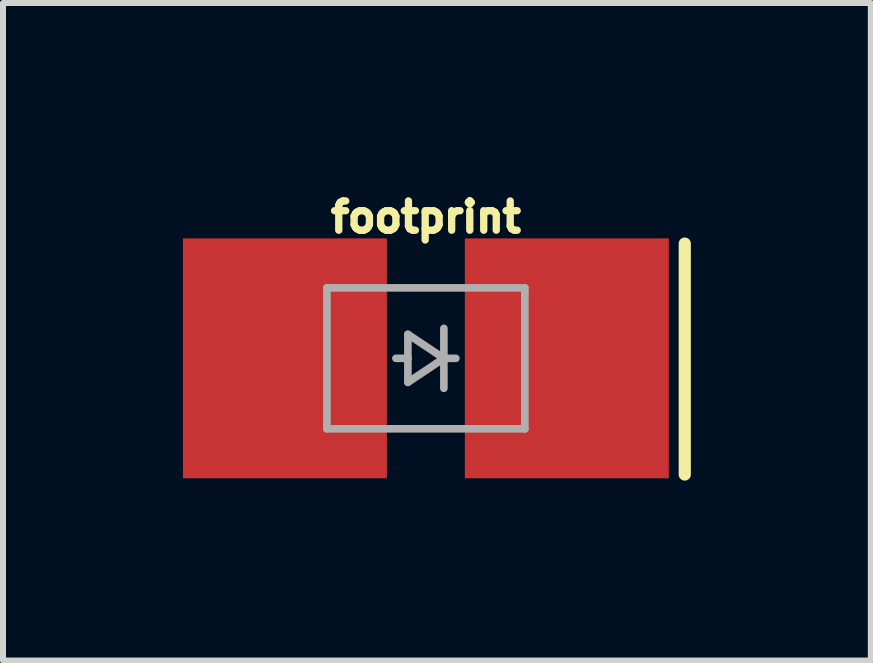
<source format=kicad_pcb>
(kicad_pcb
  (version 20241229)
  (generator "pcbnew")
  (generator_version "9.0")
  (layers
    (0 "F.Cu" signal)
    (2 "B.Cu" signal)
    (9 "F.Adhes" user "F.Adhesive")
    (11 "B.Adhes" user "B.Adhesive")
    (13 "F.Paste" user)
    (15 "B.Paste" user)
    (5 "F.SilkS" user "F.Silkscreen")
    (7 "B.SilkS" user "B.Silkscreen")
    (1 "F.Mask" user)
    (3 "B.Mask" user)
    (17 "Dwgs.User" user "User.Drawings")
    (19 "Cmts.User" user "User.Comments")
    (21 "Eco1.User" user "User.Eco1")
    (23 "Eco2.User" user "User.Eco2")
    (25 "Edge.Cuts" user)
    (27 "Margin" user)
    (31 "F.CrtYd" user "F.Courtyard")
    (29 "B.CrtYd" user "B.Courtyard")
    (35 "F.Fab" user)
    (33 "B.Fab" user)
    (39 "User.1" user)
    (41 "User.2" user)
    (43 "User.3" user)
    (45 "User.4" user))
  (footprint "footprint"
    (layer "F.Cu")
    (at 4.05 2.924)
    (property "Reference" "footprint" (at 0 -2.07 0) (layer "F.SilkS") (effects (font (size 0.488 0.488) (thickness 0.122)) (justify bottom)))
    (fp_poly (pts (xy -0.65 1.2) (xy -0.65 -1.2) (xy -2 -1.2) (xy -2 1.2)) (stroke (width 0) (type solid)) (fill yes) (layer "F.Mask"))
    (fp_poly (pts (xy 0.65 -1.2) (xy 0.65 1.2) (xy 2 1.2) (xy 2 -1.2)) (stroke (width 0) (type solid)) (fill yes) (layer "F.Mask"))
    (fp_line (start 4.316 -1.913) (end 4.316 1.937) (stroke (width 0.203) (type solid)) (layer "F.SilkS"))
    (fp_poly (pts (xy -0.65 1.2) (xy -0.65 -1.2) (xy -2 -1.2) (xy -2 1.2)) (stroke (width 0) (type solid)) (fill yes) (layer "F.Paste"))
    (fp_poly (pts (xy 0.65 -1.2) (xy 0.65 1.2) (xy 2 1.2) (xy 2 -1.2)) (stroke (width 0) (type solid)) (fill yes) (layer "F.Paste"))
    (fp_line (start -1.65 -1.175) (end -1.65 1.175) (stroke (width 0.127) (type solid)) (layer "F.Fab"))
    (fp_line (start -1.65 1.175) (end 1.65 1.175) (stroke (width 0.127) (type solid)) (layer "F.Fab"))
    (fp_line (start -0.3 -0.4) (end -0.3 0) (stroke (width 0.127) (type solid)) (layer "F.Fab"))
    (fp_line (start -0.3 0) (end -0.5 0) (stroke (width 0.127) (type solid)) (layer "F.Fab"))
    (fp_line (start -0.3 0) (end -0.3 0.4) (stroke (width 0.127) (type solid)) (layer "F.Fab"))
    (fp_line (start -0.3 0.4) (end 0.3 0) (stroke (width 0.127) (type solid)) (layer "F.Fab"))
    (fp_line (start 0.3 -0.5) (end 0.3 0) (stroke (width 0.127) (type solid)) (layer "F.Fab"))
    (fp_line (start 0.3 0) (end -0.3 -0.4) (stroke (width 0.127) (type solid)) (layer "F.Fab"))
    (fp_line (start 0.3 0) (end 0.3 0.5) (stroke (width 0.127) (type solid)) (layer "F.Fab"))
    (fp_line (start 0.5 0) (end 0.3 0) (stroke (width 0.127) (type solid)) (layer "F.Fab"))
    (fp_line (start 1.65 -1.175) (end -1.65 -1.175) (stroke (width 0.127) (type solid)) (layer "F.Fab"))
    (fp_line (start 1.65 1.175) (end 1.65 -1.175) (stroke (width 0.127) (type solid)) (layer "F.Fab"))
    (pad "A" smd rect (at -2.35 0 90) (size 4 3.4) (layers "F.Cu"))
    (pad "C" smd rect (at 2.35 0 270) (size 4 3.4) (layers "F.Cu")))
  (gr_rect
    (start -3 -3)
    (end 11.468 7.962)
    (stroke (width 0.1) (type default))
    (fill no)
    (layer "Edge.Cuts")))
</source>
